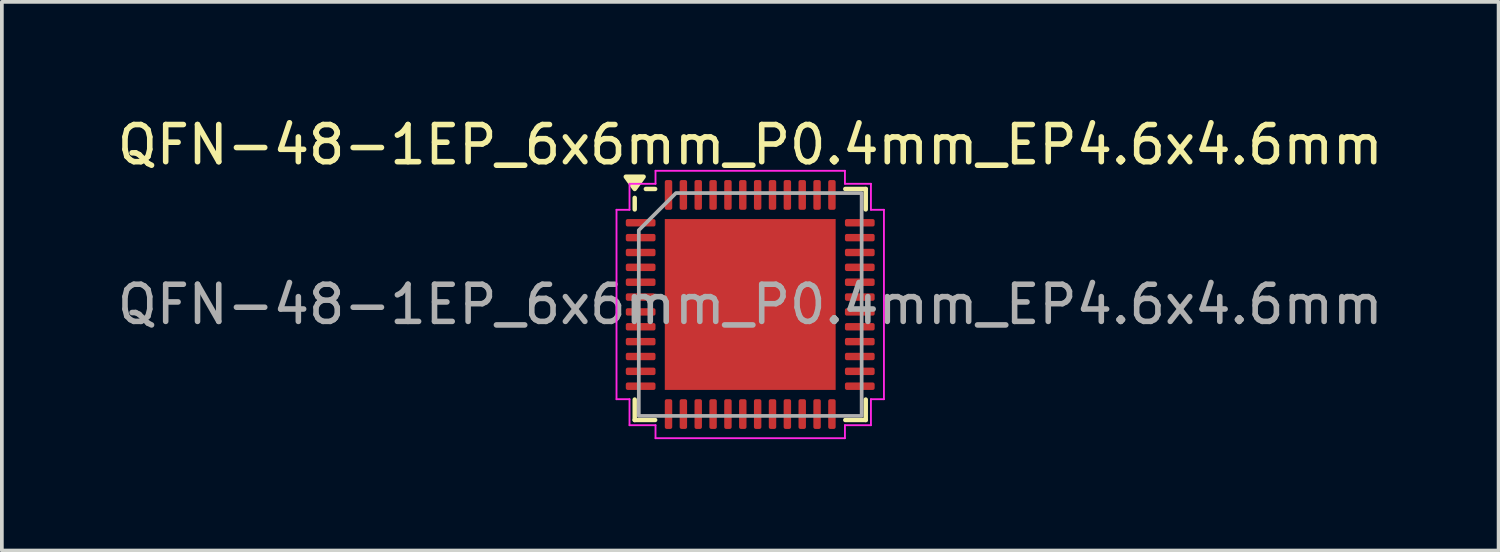
<source format=kicad_pcb>
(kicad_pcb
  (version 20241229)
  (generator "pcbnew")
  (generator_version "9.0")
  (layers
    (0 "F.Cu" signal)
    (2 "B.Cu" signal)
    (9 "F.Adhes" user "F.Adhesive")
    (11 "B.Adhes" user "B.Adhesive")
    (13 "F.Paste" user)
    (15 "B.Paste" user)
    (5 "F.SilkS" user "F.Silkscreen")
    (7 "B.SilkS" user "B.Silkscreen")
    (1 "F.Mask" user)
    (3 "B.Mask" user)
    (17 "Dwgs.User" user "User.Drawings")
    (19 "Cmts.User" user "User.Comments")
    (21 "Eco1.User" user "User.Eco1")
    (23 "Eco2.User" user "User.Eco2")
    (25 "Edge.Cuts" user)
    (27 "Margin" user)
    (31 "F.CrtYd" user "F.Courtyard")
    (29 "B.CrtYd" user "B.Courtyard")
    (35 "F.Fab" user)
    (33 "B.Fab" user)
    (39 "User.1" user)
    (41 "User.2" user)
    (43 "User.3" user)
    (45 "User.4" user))
  (footprint "QFN-48-1EP_6x6mm_P0.4mm_EP4.6x4.6mm"
    (layer "F.Cu")
    (at 17.149 5.148)
    (property "Reference" "QFN-48-1EP_6x6mm_P0.4mm_EP4.6x4.6mm" (at 0 -4.3 0) (layer "F.SilkS") (effects (font (size 1 1) (thickness 0.15))))
    (attr smd)
    (fp_line (start -3.11 -2.56) (end -3.11 -2.87) (stroke (width 0.12) (type solid)) (layer "F.SilkS"))
    (fp_line (start -3.11 3.11) (end -3.11 2.56) (stroke (width 0.12) (type solid)) (layer "F.SilkS"))
    (fp_line (start -2.56 -3.11) (end -2.81 -3.11) (stroke (width 0.12) (type solid)) (layer "F.SilkS"))
    (fp_line (start -2.56 3.11) (end -3.11 3.11) (stroke (width 0.12) (type solid)) (layer "F.SilkS"))
    (fp_line (start 2.56 -3.11) (end 3.11 -3.11) (stroke (width 0.12) (type solid)) (layer "F.SilkS"))
    (fp_line (start 2.56 3.11) (end 3.11 3.11) (stroke (width 0.12) (type solid)) (layer "F.SilkS"))
    (fp_line (start 3.11 -3.11) (end 3.11 -2.56) (stroke (width 0.12) (type solid)) (layer "F.SilkS"))
    (fp_line (start 3.11 3.11) (end 3.11 2.56) (stroke (width 0.12) (type solid)) (layer "F.SilkS"))
    (fp_poly (pts (xy -3.11 -3.11) (xy -3.35 -3.44) (xy -2.87 -3.44)) (stroke (width 0.12) (type solid)) (fill yes) (layer "F.SilkS"))
    (fp_line (start -3.6 -2.55) (end -3.25 -2.55) (stroke (width 0.05) (type solid)) (layer "F.CrtYd"))
    (fp_line (start -3.6 2.55) (end -3.6 -2.55) (stroke (width 0.05) (type solid)) (layer "F.CrtYd"))
    (fp_line (start -3.25 -3.25) (end -2.55 -3.25) (stroke (width 0.05) (type solid)) (layer "F.CrtYd"))
    (fp_line (start -3.25 -2.55) (end -3.25 -3.25) (stroke (width 0.05) (type solid)) (layer "F.CrtYd"))
    (fp_line (start -3.25 2.55) (end -3.6 2.55) (stroke (width 0.05) (type solid)) (layer "F.CrtYd"))
    (fp_line (start -3.25 3.25) (end -3.25 2.55) (stroke (width 0.05) (type solid)) (layer "F.CrtYd"))
    (fp_line (start -2.55 -3.6) (end 2.55 -3.6) (stroke (width 0.05) (type solid)) (layer "F.CrtYd"))
    (fp_line (start -2.55 -3.25) (end -2.55 -3.6) (stroke (width 0.05) (type solid)) (layer "F.CrtYd"))
    (fp_line (start -2.55 3.25) (end -3.25 3.25) (stroke (width 0.05) (type solid)) (layer "F.CrtYd"))
    (fp_line (start -2.55 3.6) (end -2.55 3.25) (stroke (width 0.05) (type solid)) (layer "F.CrtYd"))
    (fp_line (start 2.55 -3.6) (end 2.55 -3.25) (stroke (width 0.05) (type solid)) (layer "F.CrtYd"))
    (fp_line (start 2.55 -3.25) (end 3.25 -3.25) (stroke (width 0.05) (type solid)) (layer "F.CrtYd"))
    (fp_line (start 2.55 3.25) (end 2.55 3.6) (stroke (width 0.05) (type solid)) (layer "F.CrtYd"))
    (fp_line (start 2.55 3.6) (end -2.55 3.6) (stroke (width 0.05) (type solid)) (layer "F.CrtYd"))
    (fp_line (start 3.25 -3.25) (end 3.25 -2.55) (stroke (width 0.05) (type solid)) (layer "F.CrtYd"))
    (fp_line (start 3.25 -2.55) (end 3.6 -2.55) (stroke (width 0.05) (type solid)) (layer "F.CrtYd"))
    (fp_line (start 3.25 2.55) (end 3.25 3.25) (stroke (width 0.05) (type solid)) (layer "F.CrtYd"))
    (fp_line (start 3.25 3.25) (end 2.55 3.25) (stroke (width 0.05) (type solid)) (layer "F.CrtYd"))
    (fp_line (start 3.6 -2.55) (end 3.6 2.55) (stroke (width 0.05) (type solid)) (layer "F.CrtYd"))
    (fp_line (start 3.6 2.55) (end 3.25 2.55) (stroke (width 0.05) (type solid)) (layer "F.CrtYd"))
    (fp_poly (pts (xy -3 -2) (xy -3 3) (xy 3 3) (xy 3 -3) (xy -2 -3)) (stroke (width 0.1) (type solid)) (fill no) (layer "F.Fab"))
    (fp_text user "${REFERENCE}" (at 0 0 0) (layer "F.Fab") (effects (font (size 1 1) (thickness 0.15))))
    (pad "" smd roundrect (at -1.53 -1.53) (size 1.24 1.24) (layers "F.Paste") (roundrect_rratio 0.202))
    (pad "" smd roundrect (at -1.53 0) (size 1.24 1.24) (layers "F.Paste") (roundrect_rratio 0.202))
    (pad "" smd roundrect (at -1.53 1.53) (size 1.24 1.24) (layers "F.Paste") (roundrect_rratio 0.202))
    (pad "" smd roundrect (at 0 -1.53) (size 1.24 1.24) (layers "F.Paste") (roundrect_rratio 0.202))
    (pad "" smd roundrect (at 0 0) (size 1.24 1.24) (layers "F.Paste") (roundrect_rratio 0.202))
    (pad "" smd roundrect (at 0 1.53) (size 1.24 1.24) (layers "F.Paste") (roundrect_rratio 0.202))
    (pad "" smd roundrect (at 1.53 -1.53) (size 1.24 1.24) (layers "F.Paste") (roundrect_rratio 0.202))
    (pad "" smd roundrect (at 1.53 0) (size 1.24 1.24) (layers "F.Paste") (roundrect_rratio 0.202))
    (pad "" smd roundrect (at 1.53 1.53) (size 1.24 1.24) (layers "F.Paste") (roundrect_rratio 0.202))
    (pad "1" smd roundrect (at -2.95 -2.2) (size 0.8 0.2) (layers "F.Cu" "F.Mask" "F.Paste") (roundrect_rratio 0.25))
    (pad "2" smd roundrect (at -2.95 -1.8) (size 0.8 0.2) (layers "F.Cu" "F.Mask" "F.Paste") (roundrect_rratio 0.25))
    (pad "3" smd roundrect (at -2.95 -1.4) (size 0.8 0.2) (layers "F.Cu" "F.Mask" "F.Paste") (roundrect_rratio 0.25))
    (pad "4" smd roundrect (at -2.95 -1) (size 0.8 0.2) (layers "F.Cu" "F.Mask" "F.Paste") (roundrect_rratio 0.25))
    (pad "5" smd roundrect (at -2.95 -0.6) (size 0.8 0.2) (layers "F.Cu" "F.Mask" "F.Paste") (roundrect_rratio 0.25))
    (pad "6" smd roundrect (at -2.95 -0.2) (size 0.8 0.2) (layers "F.Cu" "F.Mask" "F.Paste") (roundrect_rratio 0.25))
    (pad "7" smd roundrect (at -2.95 0.2) (size 0.8 0.2) (layers "F.Cu" "F.Mask" "F.Paste") (roundrect_rratio 0.25))
    (pad "8" smd roundrect (at -2.95 0.6) (size 0.8 0.2) (layers "F.Cu" "F.Mask" "F.Paste") (roundrect_rratio 0.25))
    (pad "9" smd roundrect (at -2.95 1) (size 0.8 0.2) (layers "F.Cu" "F.Mask" "F.Paste") (roundrect_rratio 0.25))
    (pad "10" smd roundrect (at -2.95 1.4) (size 0.8 0.2) (layers "F.Cu" "F.Mask" "F.Paste") (roundrect_rratio 0.25))
    (pad "11" smd roundrect (at -2.95 1.8) (size 0.8 0.2) (layers "F.Cu" "F.Mask" "F.Paste") (roundrect_rratio 0.25))
    (pad "12" smd roundrect (at -2.95 2.2) (size 0.8 0.2) (layers "F.Cu" "F.Mask" "F.Paste") (roundrect_rratio 0.25))
    (pad "13" smd roundrect (at -2.2 2.95) (size 0.2 0.8) (layers "F.Cu" "F.Mask" "F.Paste") (roundrect_rratio 0.25))
    (pad "14" smd roundrect (at -1.8 2.95) (size 0.2 0.8) (layers "F.Cu" "F.Mask" "F.Paste") (roundrect_rratio 0.25))
    (pad "15" smd roundrect (at -1.4 2.95) (size 0.2 0.8) (layers "F.Cu" "F.Mask" "F.Paste") (roundrect_rratio 0.25))
    (pad "16" smd roundrect (at -1 2.95) (size 0.2 0.8) (layers "F.Cu" "F.Mask" "F.Paste") (roundrect_rratio 0.25))
    (pad "17" smd roundrect (at -0.6 2.95) (size 0.2 0.8) (layers "F.Cu" "F.Mask" "F.Paste") (roundrect_rratio 0.25))
    (pad "18" smd roundrect (at -0.2 2.95) (size 0.2 0.8) (layers "F.Cu" "F.Mask" "F.Paste") (roundrect_rratio 0.25))
    (pad "19" smd roundrect (at 0.2 2.95) (size 0.2 0.8) (layers "F.Cu" "F.Mask" "F.Paste") (roundrect_rratio 0.25))
    (pad "20" smd roundrect (at 0.6 2.95) (size 0.2 0.8) (layers "F.Cu" "F.Mask" "F.Paste") (roundrect_rratio 0.25))
    (pad "21" smd roundrect (at 1 2.95) (size 0.2 0.8) (layers "F.Cu" "F.Mask" "F.Paste") (roundrect_rratio 0.25))
    (pad "22" smd roundrect (at 1.4 2.95) (size 0.2 0.8) (layers "F.Cu" "F.Mask" "F.Paste") (roundrect_rratio 0.25))
    (pad "23" smd roundrect (at 1.8 2.95) (size 0.2 0.8) (layers "F.Cu" "F.Mask" "F.Paste") (roundrect_rratio 0.25))
    (pad "24" smd roundrect (at 2.2 2.95) (size 0.2 0.8) (layers "F.Cu" "F.Mask" "F.Paste") (roundrect_rratio 0.25))
    (pad "25" smd roundrect (at 2.95 2.2) (size 0.8 0.2) (layers "F.Cu" "F.Mask" "F.Paste") (roundrect_rratio 0.25))
    (pad "26" smd roundrect (at 2.95 1.8) (size 0.8 0.2) (layers "F.Cu" "F.Mask" "F.Paste") (roundrect_rratio 0.25))
    (pad "27" smd roundrect (at 2.95 1.4) (size 0.8 0.2) (layers "F.Cu" "F.Mask" "F.Paste") (roundrect_rratio 0.25))
    (pad "28" smd roundrect (at 2.95 1) (size 0.8 0.2) (layers "F.Cu" "F.Mask" "F.Paste") (roundrect_rratio 0.25))
    (pad "29" smd roundrect (at 2.95 0.6) (size 0.8 0.2) (layers "F.Cu" "F.Mask" "F.Paste") (roundrect_rratio 0.25))
    (pad "30" smd roundrect (at 2.95 0.2) (size 0.8 0.2) (layers "F.Cu" "F.Mask" "F.Paste") (roundrect_rratio 0.25))
    (pad "31" smd roundrect (at 2.95 -0.2) (size 0.8 0.2) (layers "F.Cu" "F.Mask" "F.Paste") (roundrect_rratio 0.25))
    (pad "32" smd roundrect (at 2.95 -0.6) (size 0.8 0.2) (layers "F.Cu" "F.Mask" "F.Paste") (roundrect_rratio 0.25))
    (pad "33" smd roundrect (at 2.95 -1) (size 0.8 0.2) (layers "F.Cu" "F.Mask" "F.Paste") (roundrect_rratio 0.25))
    (pad "34" smd roundrect (at 2.95 -1.4) (size 0.8 0.2) (layers "F.Cu" "F.Mask" "F.Paste") (roundrect_rratio 0.25))
    (pad "35" smd roundrect (at 2.95 -1.8) (size 0.8 0.2) (layers "F.Cu" "F.Mask" "F.Paste") (roundrect_rratio 0.25))
    (pad "36" smd roundrect (at 2.95 -2.2) (size 0.8 0.2) (layers "F.Cu" "F.Mask" "F.Paste") (roundrect_rratio 0.25))
    (pad "37" smd roundrect (at 2.2 -2.95) (size 0.2 0.8) (layers "F.Cu" "F.Mask" "F.Paste") (roundrect_rratio 0.25))
    (pad "38" smd roundrect (at 1.8 -2.95) (size 0.2 0.8) (layers "F.Cu" "F.Mask" "F.Paste") (roundrect_rratio 0.25))
    (pad "39" smd roundrect (at 1.4 -2.95) (size 0.2 0.8) (layers "F.Cu" "F.Mask" "F.Paste") (roundrect_rratio 0.25))
    (pad "40" smd roundrect (at 1 -2.95) (size 0.2 0.8) (layers "F.Cu" "F.Mask" "F.Paste") (roundrect_rratio 0.25))
    (pad "41" smd roundrect (at 0.6 -2.95) (size 0.2 0.8) (layers "F.Cu" "F.Mask" "F.Paste") (roundrect_rratio 0.25))
    (pad "42" smd roundrect (at 0.2 -2.95) (size 0.2 0.8) (layers "F.Cu" "F.Mask" "F.Paste") (roundrect_rratio 0.25))
    (pad "43" smd roundrect (at -0.2 -2.95) (size 0.2 0.8) (layers "F.Cu" "F.Mask" "F.Paste") (roundrect_rratio 0.25))
    (pad "44" smd roundrect (at -0.6 -2.95) (size 0.2 0.8) (layers "F.Cu" "F.Mask" "F.Paste") (roundrect_rratio 0.25))
    (pad "45" smd roundrect (at -1 -2.95) (size 0.2 0.8) (layers "F.Cu" "F.Mask" "F.Paste") (roundrect_rratio 0.25))
    (pad "46" smd roundrect (at -1.4 -2.95) (size 0.2 0.8) (layers "F.Cu" "F.Mask" "F.Paste") (roundrect_rratio 0.25))
    (pad "47" smd roundrect (at -1.8 -2.95) (size 0.2 0.8) (layers "F.Cu" "F.Mask" "F.Paste") (roundrect_rratio 0.25))
    (pad "48" smd roundrect (at -2.2 -2.95) (size 0.2 0.8) (layers "F.Cu" "F.Mask" "F.Paste") (roundrect_rratio 0.25))
    (pad "49" smd rect (at 0 0) (size 4.6 4.6) (property pad_prop_heatsink) (layers "F.Cu" "F.Mask")))
  (gr_rect
    (start -3 -3)
    (end 37.298 11.773)
    (stroke (width 0.1) (type default))
    (fill no)
    (layer "Edge.Cuts")))
</source>
